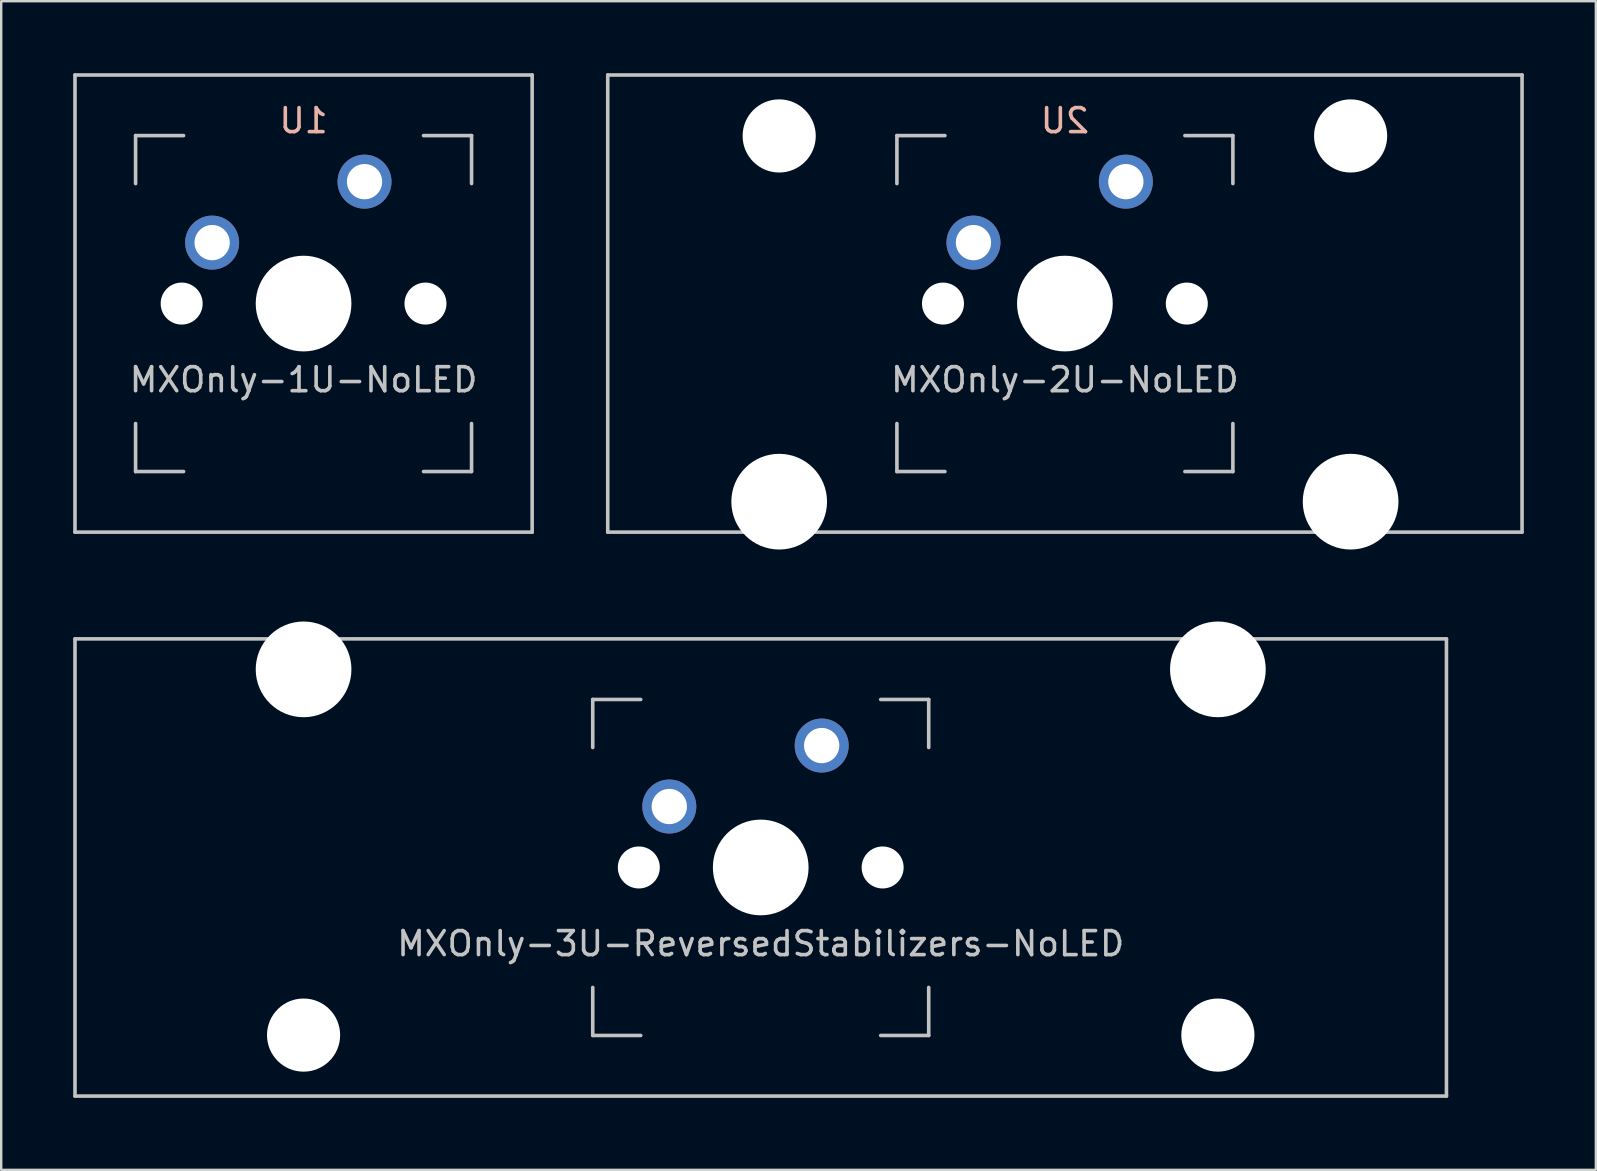
<source format=kicad_pcb>
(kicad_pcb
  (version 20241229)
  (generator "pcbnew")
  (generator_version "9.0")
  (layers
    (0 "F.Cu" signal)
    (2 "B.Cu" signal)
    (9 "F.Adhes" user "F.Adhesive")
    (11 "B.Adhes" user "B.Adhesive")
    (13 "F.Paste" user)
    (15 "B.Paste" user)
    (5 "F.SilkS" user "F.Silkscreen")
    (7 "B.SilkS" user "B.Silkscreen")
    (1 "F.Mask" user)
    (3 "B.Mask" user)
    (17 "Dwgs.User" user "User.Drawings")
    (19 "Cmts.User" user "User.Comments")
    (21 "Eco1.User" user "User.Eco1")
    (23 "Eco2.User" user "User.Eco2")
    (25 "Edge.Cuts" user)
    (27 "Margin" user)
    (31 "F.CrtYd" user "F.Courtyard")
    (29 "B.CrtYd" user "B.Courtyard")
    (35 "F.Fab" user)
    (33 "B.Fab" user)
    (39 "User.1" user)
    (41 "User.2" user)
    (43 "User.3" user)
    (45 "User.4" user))
  (footprint "MXOnly-3U-ReversedStabilizers-NoLED"
    (layer "F.Cu")
    (at 28.65 33.098)
    (property "Reference" "MXOnly-3U-ReversedStabilizers-NoLED" (at 0 3.175 0) (layer "Dwgs.User") (effects (font (size 1 1) (thickness 0.15))))
    (attr through_hole)
    (fp_line (start -28.575 -9.525) (end 28.575 -9.525) (stroke (width 0.15) (type solid)) (layer "Dwgs.User"))
    (fp_line (start -28.575 9.525) (end -28.575 -9.525) (stroke (width 0.15) (type solid)) (layer "Dwgs.User"))
    (fp_line (start -28.575 9.525) (end 28.575 9.525) (stroke (width 0.15) (type solid)) (layer "Dwgs.User"))
    (fp_line (start -7 -7) (end -7 -5) (stroke (width 0.15) (type solid)) (layer "Dwgs.User"))
    (fp_line (start -7 5) (end -7 7) (stroke (width 0.15) (type solid)) (layer "Dwgs.User"))
    (fp_line (start -7 7) (end -5 7) (stroke (width 0.15) (type solid)) (layer "Dwgs.User"))
    (fp_line (start -5 -7) (end -7 -7) (stroke (width 0.15) (type solid)) (layer "Dwgs.User"))
    (fp_line (start 5 -7) (end 7 -7) (stroke (width 0.15) (type solid)) (layer "Dwgs.User"))
    (fp_line (start 5 7) (end 7 7) (stroke (width 0.15) (type solid)) (layer "Dwgs.User"))
    (fp_line (start 7 -7) (end 7 -5) (stroke (width 0.15) (type solid)) (layer "Dwgs.User"))
    (fp_line (start 7 7) (end 7 5) (stroke (width 0.15) (type solid)) (layer "Dwgs.User"))
    (fp_line (start 28.575 -9.525) (end 28.575 9.525) (stroke (width 0.15) (type solid)) (layer "Dwgs.User"))
    (pad "" np_thru_hole circle (at -19.05 -8.255) (size 3.988 3.988) (drill 3.988) (layers "*.Cu" "*.Mask"))
    (pad "" np_thru_hole circle (at -19.05 6.985) (size 3.048 3.048) (drill 3.048) (layers "*.Cu" "*.Mask"))
    (pad "" np_thru_hole circle (at -5.08 0 48.1) (size 1.75 1.75) (drill 1.75) (layers "*.Cu" "*.Mask"))
    (pad "" np_thru_hole circle (at 0 0) (size 3.988 3.988) (drill 3.988) (layers "*.Cu" "*.Mask"))
    (pad "" np_thru_hole circle (at 5.08 0 48.1) (size 1.75 1.75) (drill 1.75) (layers "*.Cu" "*.Mask"))
    (pad "" np_thru_hole circle (at 19.05 -8.255) (size 3.988 3.988) (drill 3.988) (layers "*.Cu" "*.Mask"))
    (pad "" np_thru_hole circle (at 19.05 6.985) (size 3.048 3.048) (drill 3.048) (layers "*.Cu" "*.Mask"))
    (pad "1" thru_hole circle (at -3.81 -2.54 48.1) (size 2.25 2.25) (drill 1.47) (layers "*.Cu" "B.Mask"))
    (pad "2" thru_hole circle (at 2.54 -5.08) (size 2.25 2.25) (drill 1.47) (layers "*.Cu" "B.Mask")))
  (footprint "MXOnly-1U-NoLED"
    (layer "F.Cu")
    (at 9.6 9.6)
    (property "Reference" "MXOnly-1U-NoLED" (at 0 3.175 0) (layer "Dwgs.User") (effects (font (size 1 1) (thickness 0.15))))
    (property "Value" "1U" (at 0 -7.938 0) (layer "Dwgs.User") (hide yes) (effects (font (size 1 1) (thickness 0.15))))
    (attr through_hole)
    (fp_line (start -9.525 -9.525) (end 9.525 -9.525) (stroke (width 0.15) (type solid)) (layer "Dwgs.User"))
    (fp_line (start -9.525 9.525) (end -9.525 -9.525) (stroke (width 0.15) (type solid)) (layer "Dwgs.User"))
    (fp_line (start -7 -7) (end -7 -5) (stroke (width 0.15) (type solid)) (layer "Dwgs.User"))
    (fp_line (start -7 5) (end -7 7) (stroke (width 0.15) (type solid)) (layer "Dwgs.User"))
    (fp_line (start -7 7) (end -5 7) (stroke (width 0.15) (type solid)) (layer "Dwgs.User"))
    (fp_line (start -5 -7) (end -7 -7) (stroke (width 0.15) (type solid)) (layer "Dwgs.User"))
    (fp_line (start 5 -7) (end 7 -7) (stroke (width 0.15) (type solid)) (layer "Dwgs.User"))
    (fp_line (start 5 7) (end 7 7) (stroke (width 0.15) (type solid)) (layer "Dwgs.User"))
    (fp_line (start 7 -7) (end 7 -5) (stroke (width 0.15) (type solid)) (layer "Dwgs.User"))
    (fp_line (start 7 7) (end 7 5) (stroke (width 0.15) (type solid)) (layer "Dwgs.User"))
    (fp_line (start 9.525 -9.525) (end 9.525 9.525) (stroke (width 0.15) (type solid)) (layer "Dwgs.User"))
    (fp_line (start 9.525 9.525) (end -9.525 9.525) (stroke (width 0.15) (type solid)) (layer "Dwgs.User"))
    (fp_text user "${VALUE}" (at 0 -7.62 0) (layer "B.SilkS") (effects (font (size 1 1) (thickness 0.15)) (justify mirror)))
    (pad "" np_thru_hole circle (at -5.08 0 48.1) (size 1.75 1.75) (drill 1.75) (layers "*.Cu" "*.Mask"))
    (pad "" np_thru_hole circle (at 0 0) (size 3.988 3.988) (drill 3.988) (layers "*.Cu" "*.Mask"))
    (pad "" np_thru_hole circle (at 5.08 0 48.1) (size 1.75 1.75) (drill 1.75) (layers "*.Cu" "*.Mask"))
    (pad "1" thru_hole circle (at -3.81 -2.54) (size 2.25 2.25) (drill 1.47) (layers "*.Cu" "*.Mask"))
    (pad "2" thru_hole circle (at 2.54 -5.08) (size 2.25 2.25) (drill 1.47) (layers "*.Cu" "*.Mask")))
  (footprint "MXOnly-2U-NoLED"
    (layer "F.Cu")
    (at 41.325 9.6)
    (property "Reference" "MXOnly-2U-NoLED" (at 0 3.175 0) (layer "Dwgs.User") (effects (font (size 1 1) (thickness 0.15))))
    (property "Value" "2U" (at 0 -6.35 0) (layer "Dwgs.User") (hide yes) (effects (font (size 1 1) (thickness 0.15))))
    (attr through_hole)
    (fp_line (start -19.05 -9.525) (end 19.05 -9.525) (stroke (width 0.15) (type solid)) (layer "Dwgs.User"))
    (fp_line (start -19.05 9.525) (end -19.05 -9.525) (stroke (width 0.15) (type solid)) (layer "Dwgs.User"))
    (fp_line (start -19.05 9.525) (end 19.05 9.525) (stroke (width 0.15) (type solid)) (layer "Dwgs.User"))
    (fp_line (start -7 -7) (end -7 -5) (stroke (width 0.15) (type solid)) (layer "Dwgs.User"))
    (fp_line (start -7 5) (end -7 7) (stroke (width 0.15) (type solid)) (layer "Dwgs.User"))
    (fp_line (start -7 7) (end -5 7) (stroke (width 0.15) (type solid)) (layer "Dwgs.User"))
    (fp_line (start -5 -7) (end -7 -7) (stroke (width 0.15) (type solid)) (layer "Dwgs.User"))
    (fp_line (start 5 -7) (end 7 -7) (stroke (width 0.15) (type solid)) (layer "Dwgs.User"))
    (fp_line (start 5 7) (end 7 7) (stroke (width 0.15) (type solid)) (layer "Dwgs.User"))
    (fp_line (start 7 -7) (end 7 -5) (stroke (width 0.15) (type solid)) (layer "Dwgs.User"))
    (fp_line (start 7 7) (end 7 5) (stroke (width 0.15) (type solid)) (layer "Dwgs.User"))
    (fp_line (start 19.05 -9.525) (end 19.05 9.525) (stroke (width 0.15) (type solid)) (layer "Dwgs.User"))
    (fp_text user "${VALUE}" (at 0 -7.62 0) (layer "B.SilkS") (effects (font (size 1 1) (thickness 0.15)) (justify mirror)))
    (pad "" np_thru_hole circle (at -11.906 -6.985) (size 3.048 3.048) (drill 3.048) (layers "*.Cu" "*.Mask"))
    (pad "" np_thru_hole circle (at -11.906 8.255) (size 3.988 3.988) (drill 3.988) (layers "*.Cu" "*.Mask"))
    (pad "" np_thru_hole circle (at -5.08 0 48.1) (size 1.75 1.75) (drill 1.75) (layers "*.Cu" "*.Mask"))
    (pad "" np_thru_hole circle (at 0 0) (size 3.988 3.988) (drill 3.988) (layers "*.Cu" "*.Mask"))
    (pad "" np_thru_hole circle (at 5.08 0 48.1) (size 1.75 1.75) (drill 1.75) (layers "*.Cu" "*.Mask"))
    (pad "" np_thru_hole circle (at 11.906 -6.985) (size 3.048 3.048) (drill 3.048) (layers "*.Cu" "*.Mask"))
    (pad "" np_thru_hole circle (at 11.906 8.255) (size 3.988 3.988) (drill 3.988) (layers "*.Cu" "*.Mask"))
    (pad "1" thru_hole circle (at -3.81 -2.54) (size 2.25 2.25) (drill 1.47) (layers "*.Cu" "*.Mask"))
    (pad "2" thru_hole circle (at 2.54 -5.08) (size 2.25 2.25) (drill 1.47) (layers "*.Cu" "*.Mask")))
  (gr_rect
    (start -3 -3)
    (end 63.45 45.698)
    (stroke (width 0.1) (type default))
    (fill no)
    (layer "Edge.Cuts")))
</source>
